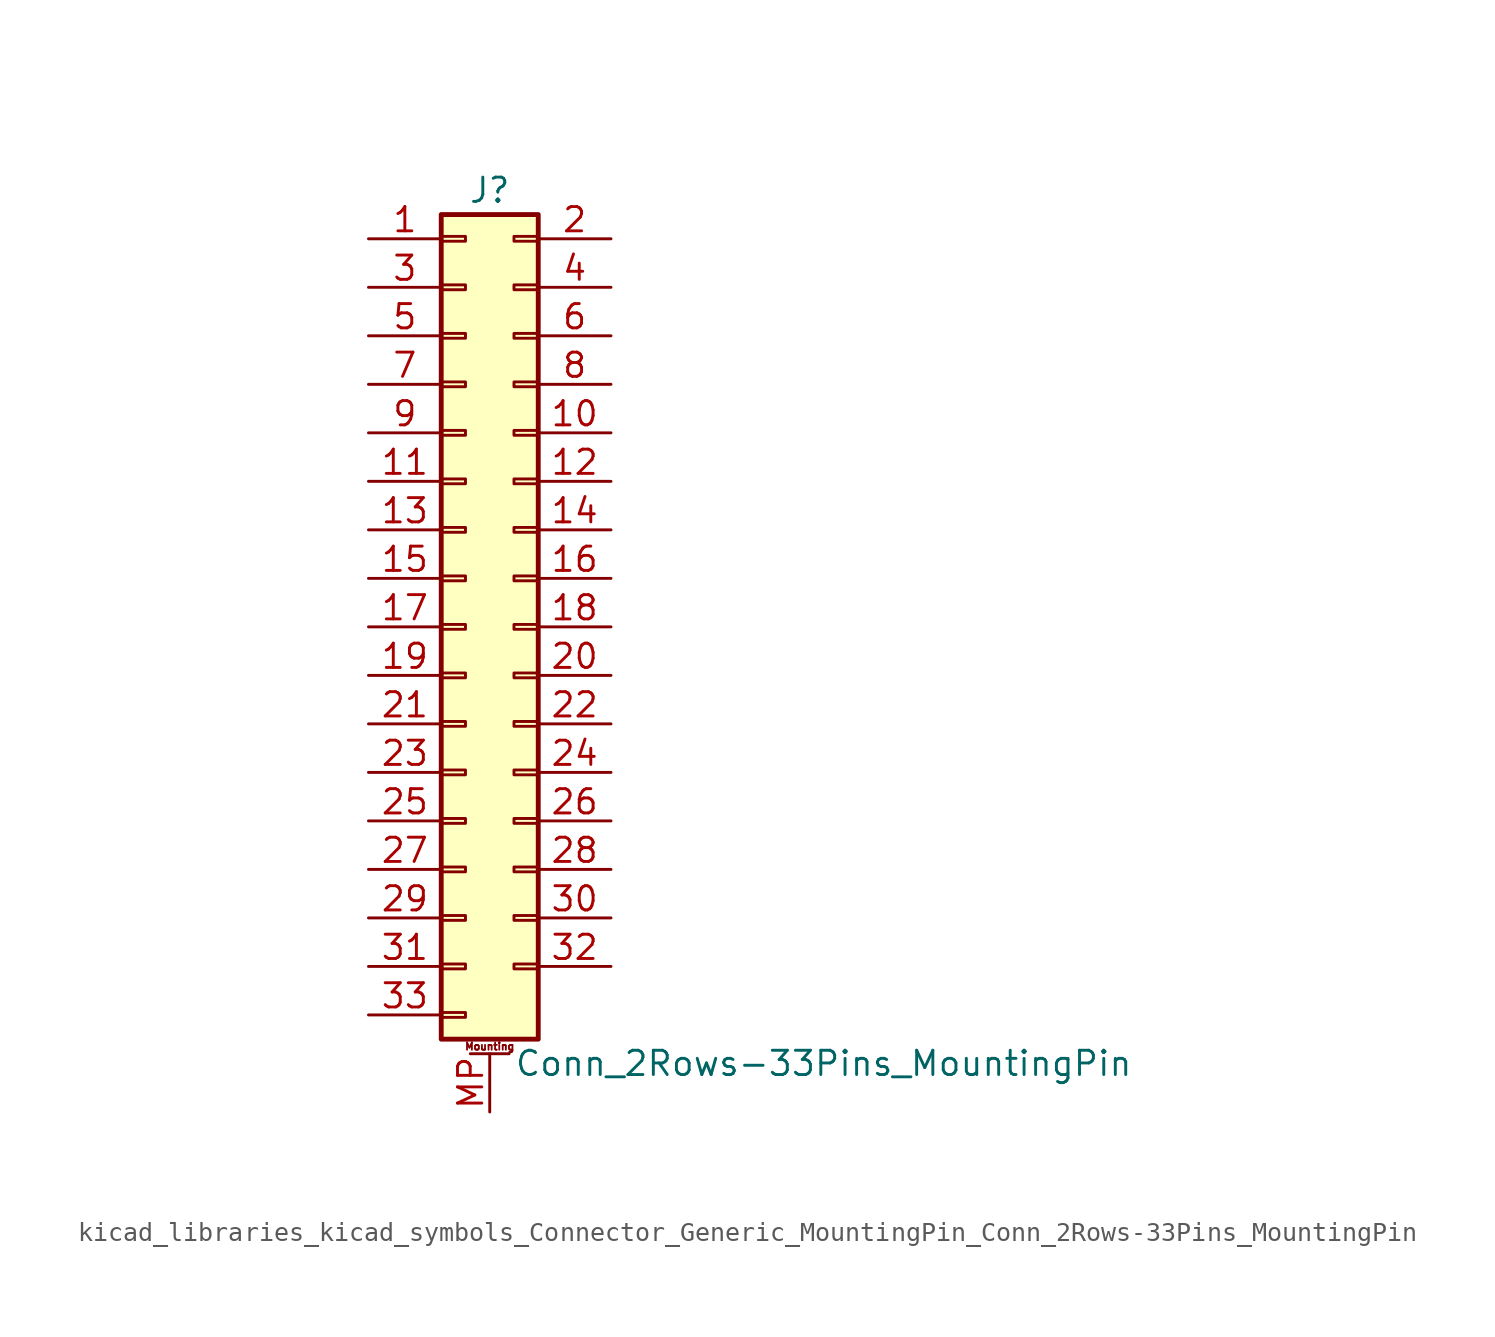
<source format=kicad_sym>
(kicad_symbol_lib
  (version 20220914)
  (generator kicad_symbol_editor)
  (symbol "kicad_libraries_kicad_symbols_Connector_Generic_MountingPin_Conn_2Rows-33Pins_MountingPin"
    (pin_names
      (offset 1.016) hide)
    (property "Reference" "J"
      (at 1.27 22.86 0)
      (effects (font (size 1.27 1.27))))
    (property "Value" "Conn_2Rows-33Pins_MountingPin"
      (at 2.54 -22.86 0)
      (effects (font (size 1.27 1.27)) (justify left)))
    (symbol "kicad_libraries_kicad_symbols_Connector_Generic_MountingPin_Conn_2Rows-33Pins_MountingPin_1_1"
      (rectangle (start -1.27 -20.193) (end 0 -20.447) (stroke (width 0.152) (type default)) (fill (type none)))
      (rectangle (start -1.27 -17.653) (end 0 -17.907) (stroke (width 0.152) (type default)) (fill (type none)))
      (rectangle (start -1.27 -15.113) (end 0 -15.367) (stroke (width 0.152) (type default)) (fill (type none)))
      (rectangle (start -1.27 -12.573) (end 0 -12.827) (stroke (width 0.152) (type default)) (fill (type none)))
      (rectangle (start -1.27 -10.033) (end 0 -10.287) (stroke (width 0.152) (type default)) (fill (type none)))
      (rectangle (start -1.27 -7.493) (end 0 -7.747) (stroke (width 0.152) (type default)) (fill (type none)))
      (rectangle (start -1.27 -4.953) (end 0 -5.207) (stroke (width 0.152) (type default)) (fill (type none)))
      (rectangle (start -1.27 -2.413) (end 0 -2.667) (stroke (width 0.152) (type default)) (fill (type none)))
      (rectangle (start -1.27 0.127) (end 0 -0.127) (stroke (width 0.152) (type default)) (fill (type none)))
      (rectangle (start -1.27 2.667) (end 0 2.413) (stroke (width 0.152) (type default)) (fill (type none)))
      (rectangle (start -1.27 5.207) (end 0 4.953) (stroke (width 0.152) (type default)) (fill (type none)))
      (rectangle (start -1.27 7.747) (end 0 7.493) (stroke (width 0.152) (type default)) (fill (type none)))
      (rectangle (start -1.27 10.287) (end 0 10.033) (stroke (width 0.152) (type default)) (fill (type none)))
      (rectangle (start -1.27 12.827) (end 0 12.573) (stroke (width 0.152) (type default)) (fill (type none)))
      (rectangle (start -1.27 15.367) (end 0 15.113) (stroke (width 0.152) (type default)) (fill (type none)))
      (rectangle (start -1.27 17.907) (end 0 17.653) (stroke (width 0.152) (type default)) (fill (type none)))
      (rectangle (start -1.27 20.447) (end 0 20.193) (stroke (width 0.152) (type default)) (fill (type none)))
      (rectangle (start -1.27 21.59) (end 3.81 -21.59) (stroke (width 0.254) (type default)) (fill (type background)))
      (polyline (pts (xy 0.254 -22.352) (xy 2.286 -22.352)) (stroke (width 0.152) (type default)) (fill (type none)))
      (rectangle (start 3.81 -17.653) (end 2.54 -17.907) (stroke (width 0.152) (type default)) (fill (type none)))
      (rectangle (start 3.81 -15.113) (end 2.54 -15.367) (stroke (width 0.152) (type default)) (fill (type none)))
      (rectangle (start 3.81 -12.573) (end 2.54 -12.827) (stroke (width 0.152) (type default)) (fill (type none)))
      (rectangle (start 3.81 -10.033) (end 2.54 -10.287) (stroke (width 0.152) (type default)) (fill (type none)))
      (rectangle (start 3.81 -7.493) (end 2.54 -7.747) (stroke (width 0.152) (type default)) (fill (type none)))
      (rectangle (start 3.81 -4.953) (end 2.54 -5.207) (stroke (width 0.152) (type default)) (fill (type none)))
      (rectangle (start 3.81 -2.413) (end 2.54 -2.667) (stroke (width 0.152) (type default)) (fill (type none)))
      (rectangle (start 3.81 0.127) (end 2.54 -0.127) (stroke (width 0.152) (type default)) (fill (type none)))
      (rectangle (start 3.81 2.667) (end 2.54 2.413) (stroke (width 0.152) (type default)) (fill (type none)))
      (rectangle (start 3.81 5.207) (end 2.54 4.953) (stroke (width 0.152) (type default)) (fill (type none)))
      (rectangle (start 3.81 7.747) (end 2.54 7.493) (stroke (width 0.152) (type default)) (fill (type none)))
      (rectangle (start 3.81 10.287) (end 2.54 10.033) (stroke (width 0.152) (type default)) (fill (type none)))
      (rectangle (start 3.81 12.827) (end 2.54 12.573) (stroke (width 0.152) (type default)) (fill (type none)))
      (rectangle (start 3.81 15.367) (end 2.54 15.113) (stroke (width 0.152) (type default)) (fill (type none)))
      (rectangle (start 3.81 17.907) (end 2.54 17.653) (stroke (width 0.152) (type default)) (fill (type none)))
      (rectangle (start 3.81 20.447) (end 2.54 20.193) (stroke (width 0.152) (type default)) (fill (type none)))
      (text "Mounting" (at 1.27 -21.971 0) (effects (font (size 0.381 0.381))))
      (pin passive line (at -5.08 20.32 0) (length 3.81) (name "Pin_1" (effects (font (size 1.27 1.27)))) (number "1" (effects (font (size 1.27 1.27)))))
      (pin passive line (at 7.62 10.16 180) (length 3.81) (name "Pin_10" (effects (font (size 1.27 1.27)))) (number "10" (effects (font (size 1.27 1.27)))))
      (pin passive line (at -5.08 7.62 0) (length 3.81) (name "Pin_11" (effects (font (size 1.27 1.27)))) (number "11" (effects (font (size 1.27 1.27)))))
      (pin passive line (at 7.62 7.62 180) (length 3.81) (name "Pin_12" (effects (font (size 1.27 1.27)))) (number "12" (effects (font (size 1.27 1.27)))))
      (pin passive line (at -5.08 5.08 0) (length 3.81) (name "Pin_13" (effects (font (size 1.27 1.27)))) (number "13" (effects (font (size 1.27 1.27)))))
      (pin passive line (at 7.62 5.08 180) (length 3.81) (name "Pin_14" (effects (font (size 1.27 1.27)))) (number "14" (effects (font (size 1.27 1.27)))))
      (pin passive line (at -5.08 2.54 0) (length 3.81) (name "Pin_15" (effects (font (size 1.27 1.27)))) (number "15" (effects (font (size 1.27 1.27)))))
      (pin passive line (at 7.62 2.54 180) (length 3.81) (name "Pin_16" (effects (font (size 1.27 1.27)))) (number "16" (effects (font (size 1.27 1.27)))))
      (pin passive line (at -5.08 0 0) (length 3.81) (name "Pin_17" (effects (font (size 1.27 1.27)))) (number "17" (effects (font (size 1.27 1.27)))))
      (pin passive line (at 7.62 0 180) (length 3.81) (name "Pin_18" (effects (font (size 1.27 1.27)))) (number "18" (effects (font (size 1.27 1.27)))))
      (pin passive line (at -5.08 -2.54 0) (length 3.81) (name "Pin_19" (effects (font (size 1.27 1.27)))) (number "19" (effects (font (size 1.27 1.27)))))
      (pin passive line (at 7.62 20.32 180) (length 3.81) (name "Pin_2" (effects (font (size 1.27 1.27)))) (number "2" (effects (font (size 1.27 1.27)))))
      (pin passive line (at 7.62 -2.54 180) (length 3.81) (name "Pin_20" (effects (font (size 1.27 1.27)))) (number "20" (effects (font (size 1.27 1.27)))))
      (pin passive line (at -5.08 -5.08 0) (length 3.81) (name "Pin_21" (effects (font (size 1.27 1.27)))) (number "21" (effects (font (size 1.27 1.27)))))
      (pin passive line (at 7.62 -5.08 180) (length 3.81) (name "Pin_22" (effects (font (size 1.27 1.27)))) (number "22" (effects (font (size 1.27 1.27)))))
      (pin passive line (at -5.08 -7.62 0) (length 3.81) (name "Pin_23" (effects (font (size 1.27 1.27)))) (number "23" (effects (font (size 1.27 1.27)))))
      (pin passive line (at 7.62 -7.62 180) (length 3.81) (name "Pin_24" (effects (font (size 1.27 1.27)))) (number "24" (effects (font (size 1.27 1.27)))))
      (pin passive line (at -5.08 -10.16 0) (length 3.81) (name "Pin_25" (effects (font (size 1.27 1.27)))) (number "25" (effects (font (size 1.27 1.27)))))
      (pin passive line (at 7.62 -10.16 180) (length 3.81) (name "Pin_26" (effects (font (size 1.27 1.27)))) (number "26" (effects (font (size 1.27 1.27)))))
      (pin passive line (at -5.08 -12.7 0) (length 3.81) (name "Pin_27" (effects (font (size 1.27 1.27)))) (number "27" (effects (font (size 1.27 1.27)))))
      (pin passive line (at 7.62 -12.7 180) (length 3.81) (name "Pin_28" (effects (font (size 1.27 1.27)))) (number "28" (effects (font (size 1.27 1.27)))))
      (pin passive line (at -5.08 -15.24 0) (length 3.81) (name "Pin_29" (effects (font (size 1.27 1.27)))) (number "29" (effects (font (size 1.27 1.27)))))
      (pin passive line (at -5.08 17.78 0) (length 3.81) (name "Pin_3" (effects (font (size 1.27 1.27)))) (number "3" (effects (font (size 1.27 1.27)))))
      (pin passive line (at 7.62 -15.24 180) (length 3.81) (name "Pin_30" (effects (font (size 1.27 1.27)))) (number "30" (effects (font (size 1.27 1.27)))))
      (pin passive line (at -5.08 -17.78 0) (length 3.81) (name "Pin_31" (effects (font (size 1.27 1.27)))) (number "31" (effects (font (size 1.27 1.27)))))
      (pin passive line (at 7.62 -17.78 180) (length 3.81) (name "Pin_32" (effects (font (size 1.27 1.27)))) (number "32" (effects (font (size 1.27 1.27)))))
      (pin passive line (at -5.08 -20.32 0) (length 3.81) (name "Pin_33" (effects (font (size 1.27 1.27)))) (number "33" (effects (font (size 1.27 1.27)))))
      (pin passive line (at 7.62 17.78 180) (length 3.81) (name "Pin_4" (effects (font (size 1.27 1.27)))) (number "4" (effects (font (size 1.27 1.27)))))
      (pin passive line (at -5.08 15.24 0) (length 3.81) (name "Pin_5" (effects (font (size 1.27 1.27)))) (number "5" (effects (font (size 1.27 1.27)))))
      (pin passive line (at 7.62 15.24 180) (length 3.81) (name "Pin_6" (effects (font (size 1.27 1.27)))) (number "6" (effects (font (size 1.27 1.27)))))
      (pin passive line (at -5.08 12.7 0) (length 3.81) (name "Pin_7" (effects (font (size 1.27 1.27)))) (number "7" (effects (font (size 1.27 1.27)))))
      (pin passive line (at 7.62 12.7 180) (length 3.81) (name "Pin_8" (effects (font (size 1.27 1.27)))) (number "8" (effects (font (size 1.27 1.27)))))
      (pin passive line (at -5.08 10.16 0) (length 3.81) (name "Pin_9" (effects (font (size 1.27 1.27)))) (number "9" (effects (font (size 1.27 1.27)))))
      (pin passive line (at 1.27 -25.4 90) (length 3.048) (name "MountPin" (effects (font (size 1.27 1.27)))) (number "MP" (effects (font (size 1.27 1.27))))))))
</source>
